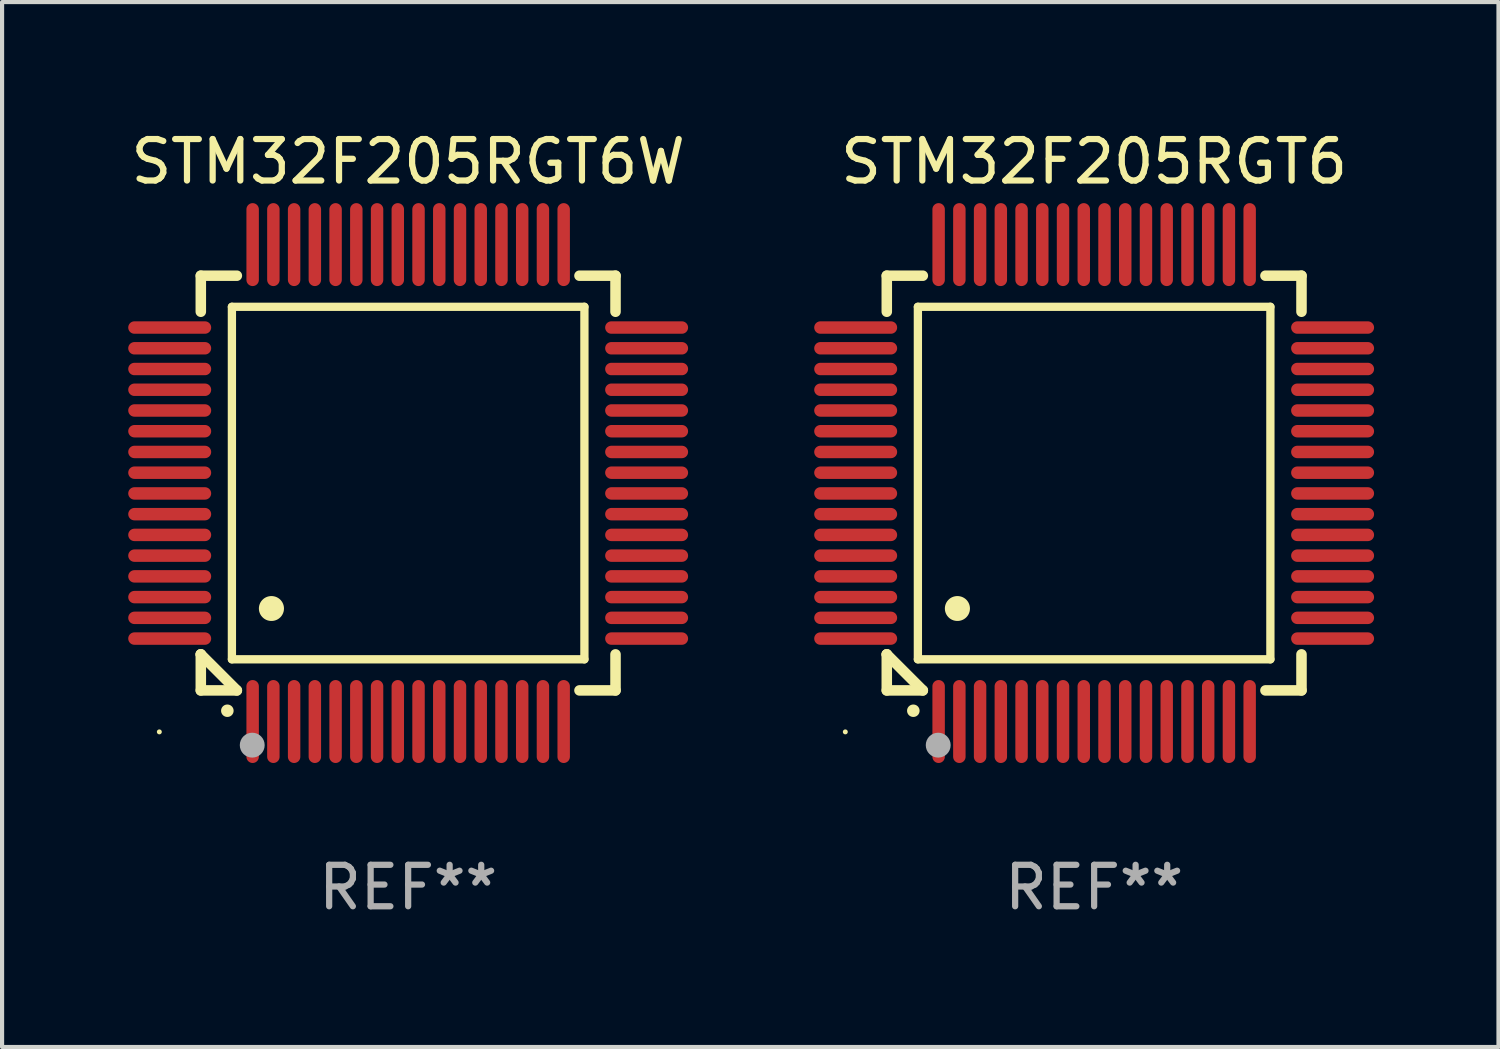
<source format=kicad_pcb>
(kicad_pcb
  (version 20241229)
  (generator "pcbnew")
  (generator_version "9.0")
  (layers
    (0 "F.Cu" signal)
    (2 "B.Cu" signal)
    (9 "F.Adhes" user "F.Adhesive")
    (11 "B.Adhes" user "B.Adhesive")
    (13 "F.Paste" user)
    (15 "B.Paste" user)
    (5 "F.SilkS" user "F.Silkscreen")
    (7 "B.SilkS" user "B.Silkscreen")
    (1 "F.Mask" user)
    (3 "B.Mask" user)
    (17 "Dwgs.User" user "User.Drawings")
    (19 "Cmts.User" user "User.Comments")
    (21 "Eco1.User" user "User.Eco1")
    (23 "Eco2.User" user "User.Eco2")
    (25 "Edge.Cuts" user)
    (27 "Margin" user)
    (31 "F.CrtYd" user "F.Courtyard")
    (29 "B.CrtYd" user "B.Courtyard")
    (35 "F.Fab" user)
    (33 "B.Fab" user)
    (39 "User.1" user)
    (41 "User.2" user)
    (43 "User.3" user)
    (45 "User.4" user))
  (footprint "STM32F205RGT6W"
    (layer "F.Cu")
    (at 6.792 8.598)
    (property "Reference" "STM32F205RGT6W" (at 0 -7.75 0) (layer "F.SilkS") (effects (font (size 1 1) (thickness 0.15))))
    (attr through_hole)
    (fp_line (start -5 -5) (end -4.131 -5) (stroke (width 0.254) (type solid)) (layer "F.SilkS"))
    (fp_line (start -5 -4.131) (end -5 -5) (stroke (width 0.254) (type solid)) (layer "F.SilkS"))
    (fp_line (start -5 4.131) (end -5 4.131) (stroke (width 0.254) (type solid)) (layer "F.SilkS"))
    (fp_line (start -5 5) (end -5 4.131) (stroke (width 0.254) (type solid)) (layer "F.SilkS"))
    (fp_line (start -5 4.131) (end -4.131 5) (stroke (width 0.254) (type solid)) (layer "F.SilkS"))
    (fp_line (start -4.25 -4.25) (end -4.25 4.25) (stroke (width 0.2) (type solid)) (layer "F.SilkS"))
    (fp_line (start -4.25 4.25) (end 4.25 4.25) (stroke (width 0.2) (type solid)) (layer "F.SilkS"))
    (fp_line (start -4.131 5) (end -5 5) (stroke (width 0.254) (type solid)) (layer "F.SilkS"))
    (fp_line (start 4.25 -4.25) (end -4.25 -4.25) (stroke (width 0.2) (type solid)) (layer "F.SilkS"))
    (fp_line (start 4.25 4.25) (end 4.25 -4.25) (stroke (width 0.2) (type solid)) (layer "F.SilkS"))
    (fp_line (start 5 -5) (end 4.131 -5) (stroke (width 0.254) (type solid)) (layer "F.SilkS"))
    (fp_line (start 5 -5) (end 5 -4.131) (stroke (width 0.254) (type solid)) (layer "F.SilkS"))
    (fp_line (start 5 4.131) (end 5 5) (stroke (width 0.254) (type solid)) (layer "F.SilkS"))
    (fp_line (start 5 5) (end 4.131 5) (stroke (width 0.254) (type solid)) (layer "F.SilkS"))
    (fp_arc (start -4.361265 5.489992) (mid -4.359995 5.489987) (end -4.358725 5.489992) (stroke (width 0.3) (type solid)) (layer "F.SilkS"))
    (fp_arc (start -3.299467 3.025146) (mid -3.296927 3.025135) (end -3.294387 3.025146) (stroke (width 0.6) (type solid)) (layer "F.SilkS"))
    (fp_circle (center -6 6) (end -5.97 6) (stroke (width 0.06) (type solid)) (fill no) (layer "F.SilkS"))
    (fp_circle (center -3.76 6.32) (end -3.61 6.32) (stroke (width 0.3) (type solid)) (fill no) (layer "F.Fab"))
    (fp_text user "REF**" (at 0 9.75 0) (layer "F.Fab") (effects (font (size 1 1) (thickness 0.15))))
    (pad "1" smd oval (at -3.75 5.75) (size 0.3 2) (layers "F.Cu" "F.Mask" "F.Paste"))
    (pad "2" smd oval (at -3.25 5.75) (size 0.3 2) (layers "F.Cu" "F.Mask" "F.Paste"))
    (pad "3" smd oval (at -2.75 5.75) (size 0.3 2) (layers "F.Cu" "F.Mask" "F.Paste"))
    (pad "4" smd oval (at -2.25 5.75) (size 0.3 2) (layers "F.Cu" "F.Mask" "F.Paste"))
    (pad "5" smd oval (at -1.75 5.75) (size 0.3 2) (layers "F.Cu" "F.Mask" "F.Paste"))
    (pad "6" smd oval (at -1.25 5.75) (size 0.3 2) (layers "F.Cu" "F.Mask" "F.Paste"))
    (pad "7" smd oval (at -0.75 5.75) (size 0.3 2) (layers "F.Cu" "F.Mask" "F.Paste"))
    (pad "8" smd oval (at -0.25 5.75) (size 0.3 2) (layers "F.Cu" "F.Mask" "F.Paste"))
    (pad "9" smd oval (at 0.25 5.75) (size 0.3 2) (layers "F.Cu" "F.Mask" "F.Paste"))
    (pad "10" smd oval (at 0.75 5.75) (size 0.3 2) (layers "F.Cu" "F.Mask" "F.Paste"))
    (pad "11" smd oval (at 1.25 5.75) (size 0.3 2) (layers "F.Cu" "F.Mask" "F.Paste"))
    (pad "12" smd oval (at 1.75 5.75) (size 0.3 2) (layers "F.Cu" "F.Mask" "F.Paste"))
    (pad "13" smd oval (at 2.25 5.75) (size 0.3 2) (layers "F.Cu" "F.Mask" "F.Paste"))
    (pad "14" smd oval (at 2.75 5.75) (size 0.3 2) (layers "F.Cu" "F.Mask" "F.Paste"))
    (pad "15" smd oval (at 3.25 5.75) (size 0.3 2) (layers "F.Cu" "F.Mask" "F.Paste"))
    (pad "16" smd oval (at 3.75 5.75) (size 0.3 2) (layers "F.Cu" "F.Mask" "F.Paste"))
    (pad "17" smd oval (at 5.75 3.75) (size 2 0.3) (layers "F.Cu" "F.Mask" "F.Paste"))
    (pad "18" smd oval (at 5.75 3.25) (size 2 0.3) (layers "F.Cu" "F.Mask" "F.Paste"))
    (pad "19" smd oval (at 5.75 2.75) (size 2 0.3) (layers "F.Cu" "F.Mask" "F.Paste"))
    (pad "20" smd oval (at 5.75 2.25) (size 2 0.3) (layers "F.Cu" "F.Mask" "F.Paste"))
    (pad "21" smd oval (at 5.75 1.75) (size 2 0.3) (layers "F.Cu" "F.Mask" "F.Paste"))
    (pad "22" smd oval (at 5.75 1.25) (size 2 0.3) (layers "F.Cu" "F.Mask" "F.Paste"))
    (pad "23" smd oval (at 5.75 0.75) (size 2 0.3) (layers "F.Cu" "F.Mask" "F.Paste"))
    (pad "24" smd oval (at 5.75 0.25) (size 2 0.3) (layers "F.Cu" "F.Mask" "F.Paste"))
    (pad "25" smd oval (at 5.75 -0.25) (size 2 0.3) (layers "F.Cu" "F.Mask" "F.Paste"))
    (pad "26" smd oval (at 5.75 -0.75) (size 2 0.3) (layers "F.Cu" "F.Mask" "F.Paste"))
    (pad "27" smd oval (at 5.75 -1.25) (size 2 0.3) (layers "F.Cu" "F.Mask" "F.Paste"))
    (pad "28" smd oval (at 5.75 -1.75) (size 2 0.3) (layers "F.Cu" "F.Mask" "F.Paste"))
    (pad "29" smd oval (at 5.75 -2.25) (size 2 0.3) (layers "F.Cu" "F.Mask" "F.Paste"))
    (pad "30" smd oval (at 5.75 -2.75) (size 2 0.3) (layers "F.Cu" "F.Mask" "F.Paste"))
    (pad "31" smd oval (at 5.75 -3.25) (size 2 0.3) (layers "F.Cu" "F.Mask" "F.Paste"))
    (pad "32" smd oval (at 5.75 -3.75) (size 2 0.3) (layers "F.Cu" "F.Mask" "F.Paste"))
    (pad "33" smd oval (at 3.75 -5.75) (size 0.3 2) (layers "F.Cu" "F.Mask" "F.Paste"))
    (pad "34" smd oval (at 3.25 -5.75) (size 0.3 2) (layers "F.Cu" "F.Mask" "F.Paste"))
    (pad "35" smd oval (at 2.75 -5.75) (size 0.3 2) (layers "F.Cu" "F.Mask" "F.Paste"))
    (pad "36" smd oval (at 2.25 -5.75) (size 0.3 2) (layers "F.Cu" "F.Mask" "F.Paste"))
    (pad "37" smd oval (at 1.75 -5.75) (size 0.3 2) (layers "F.Cu" "F.Mask" "F.Paste"))
    (pad "38" smd oval (at 1.25 -5.75) (size 0.3 2) (layers "F.Cu" "F.Mask" "F.Paste"))
    (pad "39" smd oval (at 0.75 -5.75) (size 0.3 2) (layers "F.Cu" "F.Mask" "F.Paste"))
    (pad "40" smd oval (at 0.25 -5.75) (size 0.3 2) (layers "F.Cu" "F.Mask" "F.Paste"))
    (pad "41" smd oval (at -0.25 -5.75) (size 0.3 2) (layers "F.Cu" "F.Mask" "F.Paste"))
    (pad "42" smd oval (at -0.75 -5.75) (size 0.3 2) (layers "F.Cu" "F.Mask" "F.Paste"))
    (pad "43" smd oval (at -1.25 -5.75) (size 0.3 2) (layers "F.Cu" "F.Mask" "F.Paste"))
    (pad "44" smd oval (at -1.75 -5.75) (size 0.3 2) (layers "F.Cu" "F.Mask" "F.Paste"))
    (pad "45" smd oval (at -2.25 -5.75) (size 0.3 2) (layers "F.Cu" "F.Mask" "F.Paste"))
    (pad "46" smd oval (at -2.75 -5.75) (size 0.3 2) (layers "F.Cu" "F.Mask" "F.Paste"))
    (pad "47" smd oval (at -3.25 -5.75) (size 0.3 2) (layers "F.Cu" "F.Mask" "F.Paste"))
    (pad "48" smd oval (at -3.75 -5.75) (size 0.3 2) (layers "F.Cu" "F.Mask" "F.Paste"))
    (pad "49" smd oval (at -5.75 -3.75) (size 2 0.3) (layers "F.Cu" "F.Mask" "F.Paste"))
    (pad "50" smd oval (at -5.75 -3.25) (size 2 0.3) (layers "F.Cu" "F.Mask" "F.Paste"))
    (pad "51" smd oval (at -5.75 -2.75) (size 2 0.3) (layers "F.Cu" "F.Mask" "F.Paste"))
    (pad "52" smd oval (at -5.75 -2.25) (size 2 0.3) (layers "F.Cu" "F.Mask" "F.Paste"))
    (pad "53" smd oval (at -5.75 -1.75) (size 2 0.3) (layers "F.Cu" "F.Mask" "F.Paste"))
    (pad "54" smd oval (at -5.75 -1.25) (size 2 0.3) (layers "F.Cu" "F.Mask" "F.Paste"))
    (pad "55" smd oval (at -5.75 -0.75) (size 2 0.3) (layers "F.Cu" "F.Mask" "F.Paste"))
    (pad "56" smd oval (at -5.75 -0.25) (size 2 0.3) (layers "F.Cu" "F.Mask" "F.Paste"))
    (pad "57" smd oval (at -5.75 0.25) (size 2 0.3) (layers "F.Cu" "F.Mask" "F.Paste"))
    (pad "58" smd oval (at -5.75 0.75) (size 2 0.3) (layers "F.Cu" "F.Mask" "F.Paste"))
    (pad "59" smd oval (at -5.75 1.25) (size 2 0.3) (layers "F.Cu" "F.Mask" "F.Paste"))
    (pad "60" smd oval (at -5.75 1.75) (size 2 0.3) (layers "F.Cu" "F.Mask" "F.Paste"))
    (pad "61" smd oval (at -5.75 2.25) (size 2 0.3) (layers "F.Cu" "F.Mask" "F.Paste"))
    (pad "62" smd oval (at -5.75 2.75) (size 2 0.3) (layers "F.Cu" "F.Mask" "F.Paste"))
    (pad "63" smd oval (at -5.75 3.25) (size 2 0.3) (layers "F.Cu" "F.Mask" "F.Paste"))
    (pad "64" smd oval (at -5.75 3.75) (size 2 0.3) (layers "F.Cu" "F.Mask" "F.Paste")))
  (footprint "STM32F205RGT6"
    (layer "F.Cu")
    (at 23.333 8.598)
    (property "Reference" "STM32F205RGT6" (at 0 -7.75 0) (layer "F.SilkS") (effects (font (size 1 1) (thickness 0.15))))
    (attr through_hole)
    (fp_line (start -5 -5) (end -4.131 -5) (stroke (width 0.254) (type solid)) (layer "F.SilkS"))
    (fp_line (start -5 -4.131) (end -5 -5) (stroke (width 0.254) (type solid)) (layer "F.SilkS"))
    (fp_line (start -5 4.131) (end -5 4.131) (stroke (width 0.254) (type solid)) (layer "F.SilkS"))
    (fp_line (start -5 5) (end -5 4.131) (stroke (width 0.254) (type solid)) (layer "F.SilkS"))
    (fp_line (start -5 4.131) (end -4.131 5) (stroke (width 0.254) (type solid)) (layer "F.SilkS"))
    (fp_line (start -4.25 -4.25) (end -4.25 4.25) (stroke (width 0.2) (type solid)) (layer "F.SilkS"))
    (fp_line (start -4.25 4.25) (end 4.25 4.25) (stroke (width 0.2) (type solid)) (layer "F.SilkS"))
    (fp_line (start -4.131 5) (end -5 5) (stroke (width 0.254) (type solid)) (layer "F.SilkS"))
    (fp_line (start 4.25 -4.25) (end -4.25 -4.25) (stroke (width 0.2) (type solid)) (layer "F.SilkS"))
    (fp_line (start 4.25 4.25) (end 4.25 -4.25) (stroke (width 0.2) (type solid)) (layer "F.SilkS"))
    (fp_line (start 5 -5) (end 4.131 -5) (stroke (width 0.254) (type solid)) (layer "F.SilkS"))
    (fp_line (start 5 -5) (end 5 -4.131) (stroke (width 0.254) (type solid)) (layer "F.SilkS"))
    (fp_line (start 5 4.131) (end 5 5) (stroke (width 0.254) (type solid)) (layer "F.SilkS"))
    (fp_line (start 5 5) (end 4.131 5) (stroke (width 0.254) (type solid)) (layer "F.SilkS"))
    (fp_arc (start -4.361265 5.489992) (mid -4.359995 5.489987) (end -4.358725 5.489992) (stroke (width 0.3) (type solid)) (layer "F.SilkS"))
    (fp_arc (start -3.299467 3.025146) (mid -3.296927 3.025135) (end -3.294387 3.025146) (stroke (width 0.6) (type solid)) (layer "F.SilkS"))
    (fp_circle (center -6 6) (end -5.97 6) (stroke (width 0.06) (type solid)) (fill no) (layer "F.SilkS"))
    (fp_circle (center -3.76 6.32) (end -3.61 6.32) (stroke (width 0.3) (type solid)) (fill no) (layer "F.Fab"))
    (fp_text user "REF**" (at 0 9.75 0) (layer "F.Fab") (effects (font (size 1 1) (thickness 0.15))))
    (pad "1" smd oval (at -3.75 5.75) (size 0.3 2) (layers "F.Cu" "F.Mask" "F.Paste"))
    (pad "2" smd oval (at -3.25 5.75) (size 0.3 2) (layers "F.Cu" "F.Mask" "F.Paste"))
    (pad "3" smd oval (at -2.75 5.75) (size 0.3 2) (layers "F.Cu" "F.Mask" "F.Paste"))
    (pad "4" smd oval (at -2.25 5.75) (size 0.3 2) (layers "F.Cu" "F.Mask" "F.Paste"))
    (pad "5" smd oval (at -1.75 5.75) (size 0.3 2) (layers "F.Cu" "F.Mask" "F.Paste"))
    (pad "6" smd oval (at -1.25 5.75) (size 0.3 2) (layers "F.Cu" "F.Mask" "F.Paste"))
    (pad "7" smd oval (at -0.75 5.75) (size 0.3 2) (layers "F.Cu" "F.Mask" "F.Paste"))
    (pad "8" smd oval (at -0.25 5.75) (size 0.3 2) (layers "F.Cu" "F.Mask" "F.Paste"))
    (pad "9" smd oval (at 0.25 5.75) (size 0.3 2) (layers "F.Cu" "F.Mask" "F.Paste"))
    (pad "10" smd oval (at 0.75 5.75) (size 0.3 2) (layers "F.Cu" "F.Mask" "F.Paste"))
    (pad "11" smd oval (at 1.25 5.75) (size 0.3 2) (layers "F.Cu" "F.Mask" "F.Paste"))
    (pad "12" smd oval (at 1.75 5.75) (size 0.3 2) (layers "F.Cu" "F.Mask" "F.Paste"))
    (pad "13" smd oval (at 2.25 5.75) (size 0.3 2) (layers "F.Cu" "F.Mask" "F.Paste"))
    (pad "14" smd oval (at 2.75 5.75) (size 0.3 2) (layers "F.Cu" "F.Mask" "F.Paste"))
    (pad "15" smd oval (at 3.25 5.75) (size 0.3 2) (layers "F.Cu" "F.Mask" "F.Paste"))
    (pad "16" smd oval (at 3.75 5.75) (size 0.3 2) (layers "F.Cu" "F.Mask" "F.Paste"))
    (pad "17" smd oval (at 5.75 3.75) (size 2 0.3) (layers "F.Cu" "F.Mask" "F.Paste"))
    (pad "18" smd oval (at 5.75 3.25) (size 2 0.3) (layers "F.Cu" "F.Mask" "F.Paste"))
    (pad "19" smd oval (at 5.75 2.75) (size 2 0.3) (layers "F.Cu" "F.Mask" "F.Paste"))
    (pad "20" smd oval (at 5.75 2.25) (size 2 0.3) (layers "F.Cu" "F.Mask" "F.Paste"))
    (pad "21" smd oval (at 5.75 1.75) (size 2 0.3) (layers "F.Cu" "F.Mask" "F.Paste"))
    (pad "22" smd oval (at 5.75 1.25) (size 2 0.3) (layers "F.Cu" "F.Mask" "F.Paste"))
    (pad "23" smd oval (at 5.75 0.75) (size 2 0.3) (layers "F.Cu" "F.Mask" "F.Paste"))
    (pad "24" smd oval (at 5.75 0.25) (size 2 0.3) (layers "F.Cu" "F.Mask" "F.Paste"))
    (pad "25" smd oval (at 5.75 -0.25) (size 2 0.3) (layers "F.Cu" "F.Mask" "F.Paste"))
    (pad "26" smd oval (at 5.75 -0.75) (size 2 0.3) (layers "F.Cu" "F.Mask" "F.Paste"))
    (pad "27" smd oval (at 5.75 -1.25) (size 2 0.3) (layers "F.Cu" "F.Mask" "F.Paste"))
    (pad "28" smd oval (at 5.75 -1.75) (size 2 0.3) (layers "F.Cu" "F.Mask" "F.Paste"))
    (pad "29" smd oval (at 5.75 -2.25) (size 2 0.3) (layers "F.Cu" "F.Mask" "F.Paste"))
    (pad "30" smd oval (at 5.75 -2.75) (size 2 0.3) (layers "F.Cu" "F.Mask" "F.Paste"))
    (pad "31" smd oval (at 5.75 -3.25) (size 2 0.3) (layers "F.Cu" "F.Mask" "F.Paste"))
    (pad "32" smd oval (at 5.75 -3.75) (size 2 0.3) (layers "F.Cu" "F.Mask" "F.Paste"))
    (pad "33" smd oval (at 3.75 -5.75) (size 0.3 2) (layers "F.Cu" "F.Mask" "F.Paste"))
    (pad "34" smd oval (at 3.25 -5.75) (size 0.3 2) (layers "F.Cu" "F.Mask" "F.Paste"))
    (pad "35" smd oval (at 2.75 -5.75) (size 0.3 2) (layers "F.Cu" "F.Mask" "F.Paste"))
    (pad "36" smd oval (at 2.25 -5.75) (size 0.3 2) (layers "F.Cu" "F.Mask" "F.Paste"))
    (pad "37" smd oval (at 1.75 -5.75) (size 0.3 2) (layers "F.Cu" "F.Mask" "F.Paste"))
    (pad "38" smd oval (at 1.25 -5.75) (size 0.3 2) (layers "F.Cu" "F.Mask" "F.Paste"))
    (pad "39" smd oval (at 0.75 -5.75) (size 0.3 2) (layers "F.Cu" "F.Mask" "F.Paste"))
    (pad "40" smd oval (at 0.25 -5.75) (size 0.3 2) (layers "F.Cu" "F.Mask" "F.Paste"))
    (pad "41" smd oval (at -0.25 -5.75) (size 0.3 2) (layers "F.Cu" "F.Mask" "F.Paste"))
    (pad "42" smd oval (at -0.75 -5.75) (size 0.3 2) (layers "F.Cu" "F.Mask" "F.Paste"))
    (pad "43" smd oval (at -1.25 -5.75) (size 0.3 2) (layers "F.Cu" "F.Mask" "F.Paste"))
    (pad "44" smd oval (at -1.75 -5.75) (size 0.3 2) (layers "F.Cu" "F.Mask" "F.Paste"))
    (pad "45" smd oval (at -2.25 -5.75) (size 0.3 2) (layers "F.Cu" "F.Mask" "F.Paste"))
    (pad "46" smd oval (at -2.75 -5.75) (size 0.3 2) (layers "F.Cu" "F.Mask" "F.Paste"))
    (pad "47" smd oval (at -3.25 -5.75) (size 0.3 2) (layers "F.Cu" "F.Mask" "F.Paste"))
    (pad "48" smd oval (at -3.75 -5.75) (size 0.3 2) (layers "F.Cu" "F.Mask" "F.Paste"))
    (pad "49" smd oval (at -5.75 -3.75) (size 2 0.3) (layers "F.Cu" "F.Mask" "F.Paste"))
    (pad "50" smd oval (at -5.75 -3.25) (size 2 0.3) (layers "F.Cu" "F.Mask" "F.Paste"))
    (pad "51" smd oval (at -5.75 -2.75) (size 2 0.3) (layers "F.Cu" "F.Mask" "F.Paste"))
    (pad "52" smd oval (at -5.75 -2.25) (size 2 0.3) (layers "F.Cu" "F.Mask" "F.Paste"))
    (pad "53" smd oval (at -5.75 -1.75) (size 2 0.3) (layers "F.Cu" "F.Mask" "F.Paste"))
    (pad "54" smd oval (at -5.75 -1.25) (size 2 0.3) (layers "F.Cu" "F.Mask" "F.Paste"))
    (pad "55" smd oval (at -5.75 -0.75) (size 2 0.3) (layers "F.Cu" "F.Mask" "F.Paste"))
    (pad "56" smd oval (at -5.75 -0.25) (size 2 0.3) (layers "F.Cu" "F.Mask" "F.Paste"))
    (pad "57" smd oval (at -5.75 0.25) (size 2 0.3) (layers "F.Cu" "F.Mask" "F.Paste"))
    (pad "58" smd oval (at -5.75 0.75) (size 2 0.3) (layers "F.Cu" "F.Mask" "F.Paste"))
    (pad "59" smd oval (at -5.75 1.25) (size 2 0.3) (layers "F.Cu" "F.Mask" "F.Paste"))
    (pad "60" smd oval (at -5.75 1.75) (size 2 0.3) (layers "F.Cu" "F.Mask" "F.Paste"))
    (pad "61" smd oval (at -5.75 2.25) (size 2 0.3) (layers "F.Cu" "F.Mask" "F.Paste"))
    (pad "62" smd oval (at -5.75 2.75) (size 2 0.3) (layers "F.Cu" "F.Mask" "F.Paste"))
    (pad "63" smd oval (at -5.75 3.25) (size 2 0.3) (layers "F.Cu" "F.Mask" "F.Paste"))
    (pad "64" smd oval (at -5.75 3.75) (size 2 0.3) (layers "F.Cu" "F.Mask" "F.Paste")))
  (gr_rect
    (start -3 -3)
    (end 33.083 22.196)
    (stroke (width 0.1) (type default))
    (fill no)
    (layer "Edge.Cuts")))
</source>
